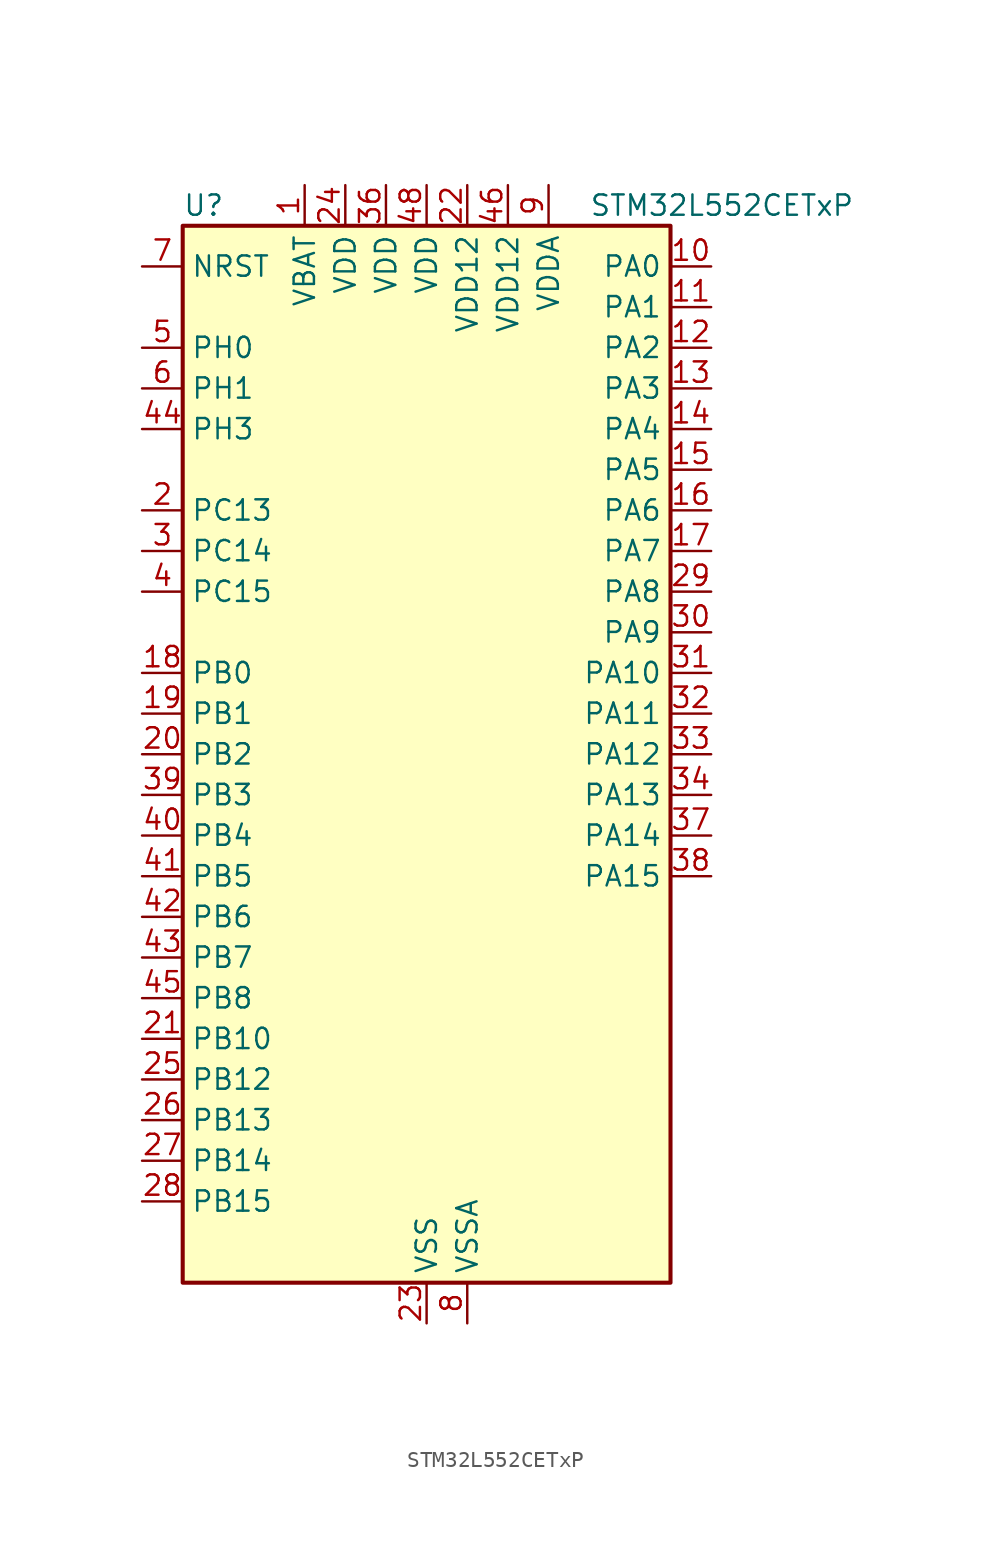
<source format=kicad_sym>
(kicad_symbol_lib
  (version 20220914)
  (generator kicad_symbol_editor)
  (symbol "STM32L552CETxP"
    (property "Reference" "U"
      (at -15.24 34.29 0)
      (effects (font (size 1.27 1.27)) (justify left)))
    (property "Value" "STM32L552CETxP"
      (at 10.16 34.29 0)
      (effects (font (size 1.27 1.27)) (justify left)))
    (property "ki_locked" ""
      (at 0 0 0)
      (effects (font (size 1.27 1.27))))
    (symbol "STM32L552CETxP_0_1"
      (rectangle (start -15.24 -33.02) (end 15.24 33.02) (stroke (width 0.254) (type default)) (fill (type background))))
    (symbol "STM32L552CETxP_1_1"
      (pin power_in line (at -7.62 35.56 270) (length 2.54) (name "VBAT" (effects (font (size 1.27 1.27)))) (number "1" (effects (font (size 1.27 1.27)))))
      (pin bidirectional line (at 17.78 30.48 180) (length 2.54) (name "PA0" (effects (font (size 1.27 1.27)))) (number "10" (effects (font (size 1.27 1.27)))) (alternate "ADC1_IN5" bidirectional line) (alternate "ADC2_IN5" bidirectional line) (alternate "OPAMP1_VINP" bidirectional line) (alternate "PWR_WKUP1" bidirectional line) (alternate "SAI1_EXTCLK" bidirectional line) (alternate "TAMP_IN2" bidirectional line) (alternate "TAMP_OUT1" bidirectional line) (alternate "TIM2_CH1" bidirectional line) (alternate "TIM2_ETR" bidirectional line) (alternate "TIM5_CH1" bidirectional line) (alternate "TIM8_ETR" bidirectional line) (alternate "UART4_TX" bidirectional line) (alternate "USART2_CTS" bidirectional line) (alternate "USART2_NSS" bidirectional line))
      (pin bidirectional line (at 17.78 27.94 180) (length 2.54) (name "PA1" (effects (font (size 1.27 1.27)))) (number "11" (effects (font (size 1.27 1.27)))) (alternate "ADC1_IN6" bidirectional line) (alternate "ADC2_IN6" bidirectional line) (alternate "I2C1_SMBA" bidirectional line) (alternate "OCTOSPI1_DQS" bidirectional line) (alternate "OPAMP1_VINM" bidirectional line) (alternate "SPI1_SCK" bidirectional line) (alternate "TAMP_IN5" bidirectional line) (alternate "TAMP_OUT4" bidirectional line) (alternate "TIM15_CH1N" bidirectional line) (alternate "TIM2_CH2" bidirectional line) (alternate "TIM5_CH2" bidirectional line) (alternate "UART4_RX" bidirectional line) (alternate "USART2_DE" bidirectional line) (alternate "USART2_RTS" bidirectional line))
      (pin bidirectional line (at 17.78 25.4 180) (length 2.54) (name "PA2" (effects (font (size 1.27 1.27)))) (number "12" (effects (font (size 1.27 1.27)))) (alternate "ADC1_IN7" bidirectional line) (alternate "ADC2_IN7" bidirectional line) (alternate "COMP1_INP" bidirectional line) (alternate "LPUART1_TX" bidirectional line) (alternate "OCTOSPI1_NCS" bidirectional line) (alternate "PWR_WKUP4" bidirectional line) (alternate "RCC_LSCO" bidirectional line) (alternate "SAI2_EXTCLK" bidirectional line) (alternate "TIM15_CH1" bidirectional line) (alternate "TIM2_CH3" bidirectional line) (alternate "TIM5_CH3" bidirectional line) (alternate "UCPD1_FRSTX1" bidirectional line) (alternate "USART2_TX" bidirectional line))
      (pin bidirectional line (at 17.78 22.86 180) (length 2.54) (name "PA3" (effects (font (size 1.27 1.27)))) (number "13" (effects (font (size 1.27 1.27)))) (alternate "ADC1_IN8" bidirectional line) (alternate "ADC2_IN8" bidirectional line) (alternate "LPUART1_RX" bidirectional line) (alternate "OCTOSPI1_CLK" bidirectional line) (alternate "OPAMP1_VOUT" bidirectional line) (alternate "SAI1_CK1" bidirectional line) (alternate "SAI1_MCLK_A" bidirectional line) (alternate "TIM15_CH2" bidirectional line) (alternate "TIM2_CH4" bidirectional line) (alternate "TIM5_CH4" bidirectional line) (alternate "USART2_RX" bidirectional line))
      (pin bidirectional line (at 17.78 20.32 180) (length 2.54) (name "PA4" (effects (font (size 1.27 1.27)))) (number "14" (effects (font (size 1.27 1.27)))) (alternate "ADC1_IN9" bidirectional line) (alternate "ADC2_IN9" bidirectional line) (alternate "DAC1_OUT1" bidirectional line) (alternate "LPTIM2_OUT" bidirectional line) (alternate "OCTOSPI1_NCS" bidirectional line) (alternate "SAI1_FS_B" bidirectional line) (alternate "SPI1_NSS" bidirectional line) (alternate "SPI3_NSS" bidirectional line) (alternate "USART2_CK" bidirectional line))
      (pin bidirectional line (at 17.78 17.78 180) (length 2.54) (name "PA5" (effects (font (size 1.27 1.27)))) (number "15" (effects (font (size 1.27 1.27)))) (alternate "ADC1_IN10" bidirectional line) (alternate "ADC2_IN10" bidirectional line) (alternate "DAC1_OUT2" bidirectional line) (alternate "LPTIM2_ETR" bidirectional line) (alternate "SPI1_SCK" bidirectional line) (alternate "TIM2_CH1" bidirectional line) (alternate "TIM2_ETR" bidirectional line) (alternate "TIM8_CH1N" bidirectional line))
      (pin bidirectional line (at 17.78 15.24 180) (length 2.54) (name "PA6" (effects (font (size 1.27 1.27)))) (number "16" (effects (font (size 1.27 1.27)))) (alternate "ADC1_IN11" bidirectional line) (alternate "ADC2_IN11" bidirectional line) (alternate "LPUART1_CTS" bidirectional line) (alternate "OCTOSPI1_IO3" bidirectional line) (alternate "OPAMP2_VINP" bidirectional line) (alternate "SPI1_MISO" bidirectional line) (alternate "TIM16_CH1" bidirectional line) (alternate "TIM1_BKIN" bidirectional line) (alternate "TIM3_CH1" bidirectional line) (alternate "TIM8_BKIN" bidirectional line) (alternate "USART3_CTS" bidirectional line) (alternate "USART3_NSS" bidirectional line))
      (pin bidirectional line (at 17.78 12.7 180) (length 2.54) (name "PA7" (effects (font (size 1.27 1.27)))) (number "17" (effects (font (size 1.27 1.27)))) (alternate "ADC1_IN12" bidirectional line) (alternate "ADC2_IN12" bidirectional line) (alternate "I2C3_SCL" bidirectional line) (alternate "OCTOSPI1_IO2" bidirectional line) (alternate "OPAMP2_VINM" bidirectional line) (alternate "SPI1_MOSI" bidirectional line) (alternate "TIM17_CH1" bidirectional line) (alternate "TIM1_CH1N" bidirectional line) (alternate "TIM3_CH2" bidirectional line) (alternate "TIM8_CH1N" bidirectional line))
      (pin bidirectional line (at -17.78 5.08 0) (length 2.54) (name "PB0" (effects (font (size 1.27 1.27)))) (number "18" (effects (font (size 1.27 1.27)))) (alternate "ADC1_IN15" bidirectional line) (alternate "ADC2_IN15" bidirectional line) (alternate "COMP1_OUT" bidirectional line) (alternate "OCTOSPI1_IO1" bidirectional line) (alternate "OPAMP2_VOUT" bidirectional line) (alternate "SAI1_EXTCLK" bidirectional line) (alternate "SPI1_NSS" bidirectional line) (alternate "TIM1_CH2N" bidirectional line) (alternate "TIM3_CH3" bidirectional line) (alternate "TIM8_CH2N" bidirectional line) (alternate "USART3_CK" bidirectional line))
      (pin bidirectional line (at -17.78 2.54 0) (length 2.54) (name "PB1" (effects (font (size 1.27 1.27)))) (number "19" (effects (font (size 1.27 1.27)))) (alternate "ADC1_IN16" bidirectional line) (alternate "ADC2_IN16" bidirectional line) (alternate "COMP1_INM" bidirectional line) (alternate "DFSDM1_DATIN0" bidirectional line) (alternate "LPTIM2_IN1" bidirectional line) (alternate "LPUART1_DE" bidirectional line) (alternate "LPUART1_RTS" bidirectional line) (alternate "OCTOSPI1_IO0" bidirectional line) (alternate "TIM1_CH3N" bidirectional line) (alternate "TIM3_CH4" bidirectional line) (alternate "TIM8_CH3N" bidirectional line) (alternate "USART3_DE" bidirectional line) (alternate "USART3_RTS" bidirectional line))
      (pin bidirectional line (at -17.78 15.24 0) (length 2.54) (name "PC13" (effects (font (size 1.27 1.27)))) (number "2" (effects (font (size 1.27 1.27)))) (alternate "PWR_WKUP2" bidirectional line) (alternate "RTC_OUT1" bidirectional line) (alternate "RTC_TS" bidirectional line) (alternate "TAMP_IN1" bidirectional line) (alternate "TAMP_OUT2" bidirectional line))
      (pin bidirectional line (at -17.78 0 0) (length 2.54) (name "PB2" (effects (font (size 1.27 1.27)))) (number "20" (effects (font (size 1.27 1.27)))) (alternate "COMP1_INP" bidirectional line) (alternate "DFSDM1_CKIN0" bidirectional line) (alternate "I2C3_SMBA" bidirectional line) (alternate "LPTIM1_OUT" bidirectional line) (alternate "OCTOSPI1_DQS" bidirectional line) (alternate "RTC_OUT2" bidirectional line) (alternate "UCPD1_FRSTX1" bidirectional line))
      (pin bidirectional line (at -17.78 -17.78 0) (length 2.54) (name "PB10" (effects (font (size 1.27 1.27)))) (number "21" (effects (font (size 1.27 1.27)))) (alternate "COMP1_OUT" bidirectional line) (alternate "I2C2_SCL" bidirectional line) (alternate "I2C4_SCL" bidirectional line) (alternate "LPTIM3_OUT" bidirectional line) (alternate "LPUART1_RX" bidirectional line) (alternate "OCTOSPI1_CLK" bidirectional line) (alternate "SAI1_SCK_A" bidirectional line) (alternate "SPI2_SCK" bidirectional line) (alternate "TIM2_CH3" bidirectional line) (alternate "TSC_SYNC" bidirectional line) (alternate "USART3_TX" bidirectional line))
      (pin power_in line (at 2.54 35.56 270) (length 2.54) (name "VDD12" (effects (font (size 1.27 1.27)))) (number "22" (effects (font (size 1.27 1.27)))))
      (pin power_in line (at 0 -35.56 90) (length 2.54) (name "VSS" (effects (font (size 1.27 1.27)))) (number "23" (effects (font (size 1.27 1.27)))))
      (pin power_in line (at -5.08 35.56 270) (length 2.54) (name "VDD" (effects (font (size 1.27 1.27)))) (number "24" (effects (font (size 1.27 1.27)))))
      (pin bidirectional line (at -17.78 -20.32 0) (length 2.54) (name "PB12" (effects (font (size 1.27 1.27)))) (number "25" (effects (font (size 1.27 1.27)))) (alternate "DFSDM1_DATIN1" bidirectional line) (alternate "I2C2_SMBA" bidirectional line) (alternate "LPUART1_DE" bidirectional line) (alternate "LPUART1_RTS" bidirectional line) (alternate "OCTOSPI1_NCLK" bidirectional line) (alternate "SAI2_FS_A" bidirectional line) (alternate "SPI2_NSS" bidirectional line) (alternate "TIM15_BKIN" bidirectional line) (alternate "TIM1_BKIN" bidirectional line) (alternate "TSC_G1_IO1" bidirectional line) (alternate "USART3_CK" bidirectional line))
      (pin bidirectional line (at -17.78 -22.86 0) (length 2.54) (name "PB13" (effects (font (size 1.27 1.27)))) (number "26" (effects (font (size 1.27 1.27)))) (alternate "DFSDM1_CKIN1" bidirectional line) (alternate "I2C2_SCL" bidirectional line) (alternate "LPTIM3_IN1" bidirectional line) (alternate "LPUART1_CTS" bidirectional line) (alternate "SAI2_SCK_A" bidirectional line) (alternate "SPI2_SCK" bidirectional line) (alternate "TIM15_CH1N" bidirectional line) (alternate "TIM1_CH1N" bidirectional line) (alternate "TSC_G1_IO2" bidirectional line) (alternate "UCPD1_FRSTX2" bidirectional line) (alternate "USART3_CTS" bidirectional line) (alternate "USART3_NSS" bidirectional line))
      (pin bidirectional line (at -17.78 -25.4 0) (length 2.54) (name "PB14" (effects (font (size 1.27 1.27)))) (number "27" (effects (font (size 1.27 1.27)))) (alternate "DFSDM1_DATIN2" bidirectional line) (alternate "I2C2_SDA" bidirectional line) (alternate "LPTIM3_ETR" bidirectional line) (alternate "SAI2_MCLK_A" bidirectional line) (alternate "SPI2_MISO" bidirectional line) (alternate "TIM15_CH1" bidirectional line) (alternate "TIM1_CH2N" bidirectional line) (alternate "TIM8_CH2N" bidirectional line) (alternate "TSC_G1_IO3" bidirectional line) (alternate "UCPD1_DBCC2" bidirectional line) (alternate "USART3_DE" bidirectional line) (alternate "USART3_RTS" bidirectional line))
      (pin bidirectional line (at -17.78 -27.94 0) (length 2.54) (name "PB15" (effects (font (size 1.27 1.27)))) (number "28" (effects (font (size 1.27 1.27)))) (alternate "ADC1_EXTI15" bidirectional line) (alternate "ADC2_EXTI15" bidirectional line) (alternate "DFSDM1_CKIN2" bidirectional line) (alternate "RTC_REFIN" bidirectional line) (alternate "SAI2_SD_A" bidirectional line) (alternate "SPI2_MOSI" bidirectional line) (alternate "TIM15_CH2" bidirectional line) (alternate "TIM1_CH3N" bidirectional line) (alternate "TIM8_CH3N" bidirectional line) (alternate "UCPD1_CC2" bidirectional line))
      (pin bidirectional line (at 17.78 10.16 180) (length 2.54) (name "PA8" (effects (font (size 1.27 1.27)))) (number "29" (effects (font (size 1.27 1.27)))) (alternate "LPTIM2_OUT" bidirectional line) (alternate "RCC_MCO" bidirectional line) (alternate "SAI1_CK2" bidirectional line) (alternate "SAI1_SCK_A" bidirectional line) (alternate "TIM1_CH1" bidirectional line) (alternate "USART1_CK" bidirectional line))
      (pin bidirectional line (at -17.78 12.7 0) (length 2.54) (name "PC14" (effects (font (size 1.27 1.27)))) (number "3" (effects (font (size 1.27 1.27)))) (alternate "RCC_OSC32_IN" bidirectional line))
      (pin bidirectional line (at 17.78 7.62 180) (length 2.54) (name "PA9" (effects (font (size 1.27 1.27)))) (number "30" (effects (font (size 1.27 1.27)))) (alternate "DAC1_EXTI9" bidirectional line) (alternate "SAI1_FS_A" bidirectional line) (alternate "SPI2_SCK" bidirectional line) (alternate "TIM15_BKIN" bidirectional line) (alternate "TIM1_CH2" bidirectional line) (alternate "USART1_TX" bidirectional line))
      (pin bidirectional line (at 17.78 5.08 180) (length 2.54) (name "PA10" (effects (font (size 1.27 1.27)))) (number "31" (effects (font (size 1.27 1.27)))) (alternate "CRS_SYNC" bidirectional line) (alternate "SAI1_D1" bidirectional line) (alternate "SAI1_SD_A" bidirectional line) (alternate "TIM17_BKIN" bidirectional line) (alternate "TIM1_CH3" bidirectional line) (alternate "USART1_RX" bidirectional line))
      (pin bidirectional line (at 17.78 2.54 180) (length 2.54) (name "PA11" (effects (font (size 1.27 1.27)))) (number "32" (effects (font (size 1.27 1.27)))) (alternate "ADC1_EXTI11" bidirectional line) (alternate "ADC2_EXTI11" bidirectional line) (alternate "FDCAN1_RX" bidirectional line) (alternate "SPI1_MISO" bidirectional line) (alternate "TIM1_BKIN2" bidirectional line) (alternate "TIM1_CH4" bidirectional line) (alternate "USART1_CTS" bidirectional line) (alternate "USART1_NSS" bidirectional line) (alternate "USB_DM" bidirectional line))
      (pin bidirectional line (at 17.78 0 180) (length 2.54) (name "PA12" (effects (font (size 1.27 1.27)))) (number "33" (effects (font (size 1.27 1.27)))) (alternate "FDCAN1_TX" bidirectional line) (alternate "SPI1_MOSI" bidirectional line) (alternate "TIM1_ETR" bidirectional line) (alternate "USART1_DE" bidirectional line) (alternate "USART1_RTS" bidirectional line) (alternate "USB_DP" bidirectional line))
      (pin bidirectional line (at 17.78 -2.54 180) (length 2.54) (name "PA13" (effects (font (size 1.27 1.27)))) (number "34" (effects (font (size 1.27 1.27)))) (alternate "DEBUG_JTMS-SWDIO" bidirectional line) (alternate "IR_OUT" bidirectional line) (alternate "SAI1_SD_B" bidirectional line) (alternate "USB_NOE" bidirectional line))
      (pin passive line (at 0 -35.56 90) (length 2.54) hide (name "VSS" (effects (font (size 1.27 1.27)))) (number "35" (effects (font (size 1.27 1.27)))))
      (pin power_in line (at -2.54 35.56 270) (length 2.54) (name "VDD" (effects (font (size 1.27 1.27)))) (number "36" (effects (font (size 1.27 1.27)))))
      (pin bidirectional line (at 17.78 -5.08 180) (length 2.54) (name "PA14" (effects (font (size 1.27 1.27)))) (number "37" (effects (font (size 1.27 1.27)))) (alternate "DEBUG_JTCK-SWCLK" bidirectional line) (alternate "I2C1_SMBA" bidirectional line) (alternate "I2C4_SMBA" bidirectional line) (alternate "LPTIM1_OUT" bidirectional line) (alternate "SAI1_FS_B" bidirectional line))
      (pin bidirectional line (at 17.78 -7.62 180) (length 2.54) (name "PA15" (effects (font (size 1.27 1.27)))) (number "38" (effects (font (size 1.27 1.27)))) (alternate "ADC1_EXTI15" bidirectional line) (alternate "ADC2_EXTI15" bidirectional line) (alternate "DEBUG_JTDI" bidirectional line) (alternate "SAI2_FS_B" bidirectional line) (alternate "SPI1_NSS" bidirectional line) (alternate "SPI3_NSS" bidirectional line) (alternate "TIM2_CH1" bidirectional line) (alternate "TIM2_ETR" bidirectional line) (alternate "UART4_DE" bidirectional line) (alternate "UART4_RTS" bidirectional line) (alternate "UCPD1_CC1" bidirectional line) (alternate "USART2_RX" bidirectional line) (alternate "USART3_DE" bidirectional line) (alternate "USART3_RTS" bidirectional line))
      (pin bidirectional line (at -17.78 -2.54 0) (length 2.54) (name "PB3" (effects (font (size 1.27 1.27)))) (number "39" (effects (font (size 1.27 1.27)))) (alternate "COMP2_INM" bidirectional line) (alternate "CRS_SYNC" bidirectional line) (alternate "DEBUG_JTDO-SWO" bidirectional line) (alternate "SAI1_SCK_B" bidirectional line) (alternate "SPI1_SCK" bidirectional line) (alternate "SPI3_SCK" bidirectional line) (alternate "TIM2_CH2" bidirectional line) (alternate "USART1_DE" bidirectional line) (alternate "USART1_RTS" bidirectional line))
      (pin bidirectional line (at -17.78 10.16 0) (length 2.54) (name "PC15" (effects (font (size 1.27 1.27)))) (number "4" (effects (font (size 1.27 1.27)))) (alternate "ADC1_EXTI15" bidirectional line) (alternate "ADC2_EXTI15" bidirectional line) (alternate "RCC_OSC32_OUT" bidirectional line))
      (pin bidirectional line (at -17.78 -5.08 0) (length 2.54) (name "PB4" (effects (font (size 1.27 1.27)))) (number "40" (effects (font (size 1.27 1.27)))) (alternate "COMP2_INP" bidirectional line) (alternate "DEBUG_JTRST" bidirectional line) (alternate "I2C3_SDA" bidirectional line) (alternate "SAI1_MCLK_B" bidirectional line) (alternate "SPI1_MISO" bidirectional line) (alternate "SPI3_MISO" bidirectional line) (alternate "TIM17_BKIN" bidirectional line) (alternate "TIM3_CH1" bidirectional line) (alternate "TSC_G2_IO1" bidirectional line) (alternate "USART1_CTS" bidirectional line) (alternate "USART1_NSS" bidirectional line))
      (pin bidirectional line (at -17.78 -7.62 0) (length 2.54) (name "PB5" (effects (font (size 1.27 1.27)))) (number "41" (effects (font (size 1.27 1.27)))) (alternate "COMP2_OUT" bidirectional line) (alternate "I2C1_SMBA" bidirectional line) (alternate "LPTIM1_IN1" bidirectional line) (alternate "OCTOSPI1_NCLK" bidirectional line) (alternate "SAI1_SD_B" bidirectional line) (alternate "SPI1_MOSI" bidirectional line) (alternate "SPI3_MOSI" bidirectional line) (alternate "TIM16_BKIN" bidirectional line) (alternate "TIM3_CH2" bidirectional line) (alternate "TSC_G2_IO2" bidirectional line) (alternate "UCPD1_DBCC1" bidirectional line) (alternate "USART1_CK" bidirectional line))
      (pin bidirectional line (at -17.78 -10.16 0) (length 2.54) (name "PB6" (effects (font (size 1.27 1.27)))) (number "42" (effects (font (size 1.27 1.27)))) (alternate "COMP2_INP" bidirectional line) (alternate "I2C1_SCL" bidirectional line) (alternate "I2C4_SCL" bidirectional line) (alternate "LPTIM1_ETR" bidirectional line) (alternate "SAI1_FS_B" bidirectional line) (alternate "TIM16_CH1N" bidirectional line) (alternate "TIM4_CH1" bidirectional line) (alternate "TIM8_BKIN2" bidirectional line) (alternate "TSC_G2_IO3" bidirectional line) (alternate "USART1_TX" bidirectional line))
      (pin bidirectional line (at -17.78 -12.7 0) (length 2.54) (name "PB7" (effects (font (size 1.27 1.27)))) (number "43" (effects (font (size 1.27 1.27)))) (alternate "COMP2_INM" bidirectional line) (alternate "I2C1_SDA" bidirectional line) (alternate "I2C4_SDA" bidirectional line) (alternate "LPTIM1_IN2" bidirectional line) (alternate "PWR_PVD_IN" bidirectional line) (alternate "TIM17_CH1N" bidirectional line) (alternate "TIM4_CH2" bidirectional line) (alternate "TIM8_BKIN" bidirectional line) (alternate "TSC_G2_IO4" bidirectional line) (alternate "UART4_CTS" bidirectional line) (alternate "USART1_RX" bidirectional line))
      (pin bidirectional line (at -17.78 20.32 0) (length 2.54) (name "PH3" (effects (font (size 1.27 1.27)))) (number "44" (effects (font (size 1.27 1.27)))))
      (pin bidirectional line (at -17.78 -15.24 0) (length 2.54) (name "PB8" (effects (font (size 1.27 1.27)))) (number "45" (effects (font (size 1.27 1.27)))) (alternate "DFSDM1_CKOUT" bidirectional line) (alternate "FDCAN1_RX" bidirectional line) (alternate "I2C1_SCL" bidirectional line) (alternate "SAI1_CK1" bidirectional line) (alternate "SAI1_MCLK_A" bidirectional line) (alternate "TIM16_CH1" bidirectional line) (alternate "TIM4_CH3" bidirectional line))
      (pin power_in line (at 5.08 35.56 270) (length 2.54) (name "VDD12" (effects (font (size 1.27 1.27)))) (number "46" (effects (font (size 1.27 1.27)))))
      (pin passive line (at 0 -35.56 90) (length 2.54) hide (name "VSS" (effects (font (size 1.27 1.27)))) (number "47" (effects (font (size 1.27 1.27)))))
      (pin power_in line (at 0 35.56 270) (length 2.54) (name "VDD" (effects (font (size 1.27 1.27)))) (number "48" (effects (font (size 1.27 1.27)))))
      (pin bidirectional line (at -17.78 25.4 0) (length 2.54) (name "PH0" (effects (font (size 1.27 1.27)))) (number "5" (effects (font (size 1.27 1.27)))) (alternate "RCC_OSC_IN" bidirectional line))
      (pin bidirectional line (at -17.78 22.86 0) (length 2.54) (name "PH1" (effects (font (size 1.27 1.27)))) (number "6" (effects (font (size 1.27 1.27)))) (alternate "RCC_OSC_OUT" bidirectional line))
      (pin input line (at -17.78 30.48 0) (length 2.54) (name "NRST" (effects (font (size 1.27 1.27)))) (number "7" (effects (font (size 1.27 1.27)))))
      (pin power_in line (at 2.54 -35.56 90) (length 2.54) (name "VSSA" (effects (font (size 1.27 1.27)))) (number "8" (effects (font (size 1.27 1.27)))))
      (pin power_in line (at 7.62 35.56 270) (length 2.54) (name "VDDA" (effects (font (size 1.27 1.27)))) (number "9" (effects (font (size 1.27 1.27))))))))
</source>
